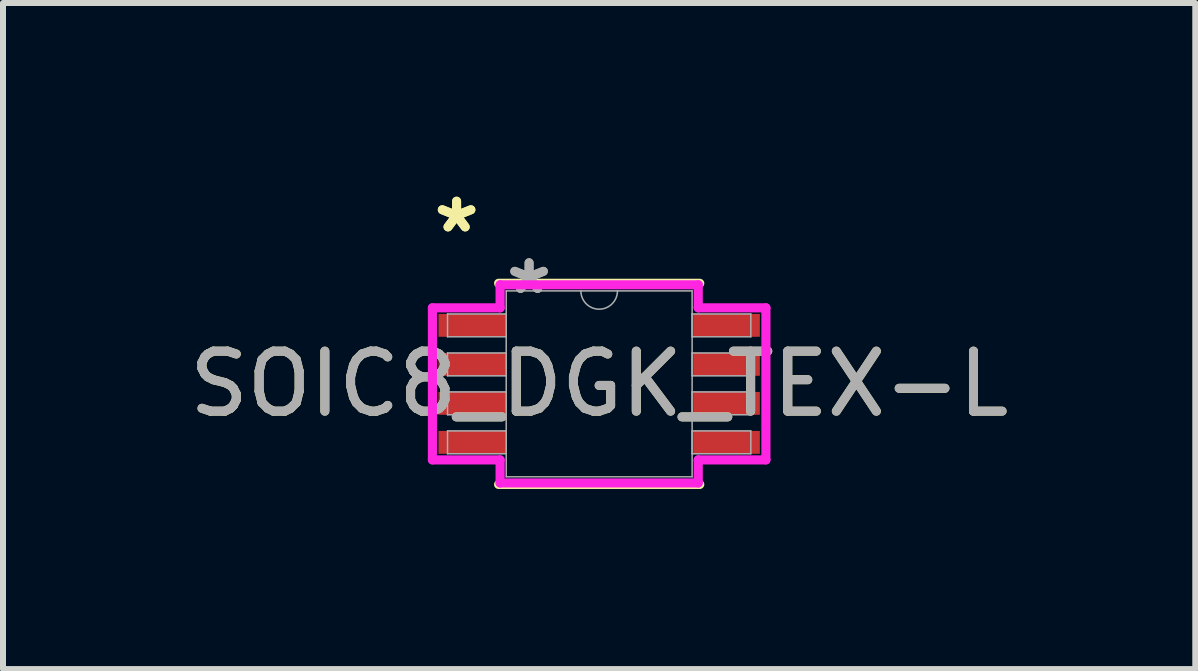
<source format=kicad_pcb>
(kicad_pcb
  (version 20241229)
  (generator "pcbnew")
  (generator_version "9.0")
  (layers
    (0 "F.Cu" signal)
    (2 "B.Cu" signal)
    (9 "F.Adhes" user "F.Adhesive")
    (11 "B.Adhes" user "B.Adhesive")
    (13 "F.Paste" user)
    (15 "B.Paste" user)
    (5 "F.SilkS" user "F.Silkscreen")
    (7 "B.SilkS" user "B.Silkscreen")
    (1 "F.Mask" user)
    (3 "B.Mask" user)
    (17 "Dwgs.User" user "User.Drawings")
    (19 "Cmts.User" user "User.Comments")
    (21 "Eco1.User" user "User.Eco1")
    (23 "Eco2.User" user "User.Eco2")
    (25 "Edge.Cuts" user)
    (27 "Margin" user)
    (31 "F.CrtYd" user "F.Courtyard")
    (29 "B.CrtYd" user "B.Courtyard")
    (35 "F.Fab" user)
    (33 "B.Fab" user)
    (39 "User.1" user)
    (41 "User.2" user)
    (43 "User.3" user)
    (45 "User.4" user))
  (footprint "SOIC8_DGK_TEX-L"
    (layer "F.Cu")
    (at 6.935 3.347)
    (property "Reference" "SOIC8_DGK_TEX-L" (at 0 0 0) (unlocked yes) (layer "F.SilkS") (effects (font (size 1 1) (thickness 0.15))))
    (attr smd)
    (fp_line (start -1.676 1.676) (end 1.676 1.676) (stroke (width 0.152) (type solid)) (layer "F.SilkS"))
    (fp_line (start 1.676 -1.676) (end -1.676 -1.676) (stroke (width 0.152) (type solid)) (layer "F.SilkS"))
    (fp_line (start -2.779 -1.267) (end -1.651 -1.267) (stroke (width 0.152) (type solid)) (layer "F.CrtYd"))
    (fp_line (start -2.779 1.267) (end -2.779 -1.267) (stroke (width 0.152) (type solid)) (layer "F.CrtYd"))
    (fp_line (start -2.779 1.267) (end -1.651 1.267) (stroke (width 0.152) (type solid)) (layer "F.CrtYd"))
    (fp_line (start -1.651 -1.651) (end 1.651 -1.651) (stroke (width 0.152) (type solid)) (layer "F.CrtYd"))
    (fp_line (start -1.651 -1.267) (end -1.651 -1.651) (stroke (width 0.152) (type solid)) (layer "F.CrtYd"))
    (fp_line (start -1.651 1.651) (end -1.651 1.267) (stroke (width 0.152) (type solid)) (layer "F.CrtYd"))
    (fp_line (start 1.651 -1.651) (end 1.651 -1.267) (stroke (width 0.152) (type solid)) (layer "F.CrtYd"))
    (fp_line (start 1.651 1.267) (end 1.651 1.651) (stroke (width 0.152) (type solid)) (layer "F.CrtYd"))
    (fp_line (start 1.651 1.651) (end -1.651 1.651) (stroke (width 0.152) (type solid)) (layer "F.CrtYd"))
    (fp_line (start 2.779 -1.267) (end 1.651 -1.267) (stroke (width 0.152) (type solid)) (layer "F.CrtYd"))
    (fp_line (start 2.779 -1.267) (end 2.779 1.267) (stroke (width 0.152) (type solid)) (layer "F.CrtYd"))
    (fp_line (start 2.779 1.267) (end 1.651 1.267) (stroke (width 0.152) (type solid)) (layer "F.CrtYd"))
    (fp_line (start -2.527 -1.165) (end -2.527 -0.784) (stroke (width 0.025) (type solid)) (layer "F.Fab"))
    (fp_line (start -2.527 -0.784) (end -1.549 -0.784) (stroke (width 0.025) (type solid)) (layer "F.Fab"))
    (fp_line (start -2.527 -0.515) (end -2.527 -0.134) (stroke (width 0.025) (type solid)) (layer "F.Fab"))
    (fp_line (start -2.527 -0.134) (end -1.549 -0.134) (stroke (width 0.025) (type solid)) (layer "F.Fab"))
    (fp_line (start -2.527 0.134) (end -2.527 0.515) (stroke (width 0.025) (type solid)) (layer "F.Fab"))
    (fp_line (start -2.527 0.515) (end -1.549 0.515) (stroke (width 0.025) (type solid)) (layer "F.Fab"))
    (fp_line (start -2.527 0.784) (end -2.527 1.165) (stroke (width 0.025) (type solid)) (layer "F.Fab"))
    (fp_line (start -2.527 1.165) (end -1.549 1.165) (stroke (width 0.025) (type solid)) (layer "F.Fab"))
    (fp_line (start -1.549 -1.549) (end -1.549 1.549) (stroke (width 0.025) (type solid)) (layer "F.Fab"))
    (fp_line (start -1.549 -1.165) (end -2.527 -1.165) (stroke (width 0.025) (type solid)) (layer "F.Fab"))
    (fp_line (start -1.549 -0.784) (end -1.549 -1.165) (stroke (width 0.025) (type solid)) (layer "F.Fab"))
    (fp_line (start -1.549 -0.515) (end -2.527 -0.515) (stroke (width 0.025) (type solid)) (layer "F.Fab"))
    (fp_line (start -1.549 -0.134) (end -1.549 -0.515) (stroke (width 0.025) (type solid)) (layer "F.Fab"))
    (fp_line (start -1.549 0.134) (end -2.527 0.134) (stroke (width 0.025) (type solid)) (layer "F.Fab"))
    (fp_line (start -1.549 0.515) (end -1.549 0.134) (stroke (width 0.025) (type solid)) (layer "F.Fab"))
    (fp_line (start -1.549 0.784) (end -2.527 0.784) (stroke (width 0.025) (type solid)) (layer "F.Fab"))
    (fp_line (start -1.549 1.165) (end -1.549 0.784) (stroke (width 0.025) (type solid)) (layer "F.Fab"))
    (fp_line (start -1.549 1.549) (end 1.549 1.549) (stroke (width 0.025) (type solid)) (layer "F.Fab"))
    (fp_line (start 1.549 -1.549) (end -1.549 -1.549) (stroke (width 0.025) (type solid)) (layer "F.Fab"))
    (fp_line (start 1.549 -1.165) (end 1.549 -0.784) (stroke (width 0.025) (type solid)) (layer "F.Fab"))
    (fp_line (start 1.549 -0.784) (end 2.527 -0.784) (stroke (width 0.025) (type solid)) (layer "F.Fab"))
    (fp_line (start 1.549 -0.515) (end 1.549 -0.134) (stroke (width 0.025) (type solid)) (layer "F.Fab"))
    (fp_line (start 1.549 -0.134) (end 2.527 -0.134) (stroke (width 0.025) (type solid)) (layer "F.Fab"))
    (fp_line (start 1.549 0.134) (end 1.549 0.515) (stroke (width 0.025) (type solid)) (layer "F.Fab"))
    (fp_line (start 1.549 0.515) (end 2.527 0.515) (stroke (width 0.025) (type solid)) (layer "F.Fab"))
    (fp_line (start 1.549 0.784) (end 1.549 1.165) (stroke (width 0.025) (type solid)) (layer "F.Fab"))
    (fp_line (start 1.549 1.165) (end 2.527 1.165) (stroke (width 0.025) (type solid)) (layer "F.Fab"))
    (fp_line (start 1.549 1.549) (end 1.549 -1.549) (stroke (width 0.025) (type solid)) (layer "F.Fab"))
    (fp_line (start 2.527 -1.165) (end 1.549 -1.165) (stroke (width 0.025) (type solid)) (layer "F.Fab"))
    (fp_line (start 2.527 -0.784) (end 2.527 -1.165) (stroke (width 0.025) (type solid)) (layer "F.Fab"))
    (fp_line (start 2.527 -0.515) (end 1.549 -0.515) (stroke (width 0.025) (type solid)) (layer "F.Fab"))
    (fp_line (start 2.527 -0.134) (end 2.527 -0.515) (stroke (width 0.025) (type solid)) (layer "F.Fab"))
    (fp_line (start 2.527 0.134) (end 1.549 0.134) (stroke (width 0.025) (type solid)) (layer "F.Fab"))
    (fp_line (start 2.527 0.515) (end 2.527 0.134) (stroke (width 0.025) (type solid)) (layer "F.Fab"))
    (fp_line (start 2.527 0.784) (end 1.549 0.784) (stroke (width 0.025) (type solid)) (layer "F.Fab"))
    (fp_line (start 2.527 1.165) (end 2.527 0.784) (stroke (width 0.025) (type solid)) (layer "F.Fab"))
    (fp_arc (start 0.3048 -1.5494) (mid 0 -1.2446) (end -0.3048 -1.5494) (stroke (width 0.0254) (type solid)) (layer "F.Fab"))
    (fp_text user "*" (at -2.376 -2.499 0) (layer "F.SilkS") (effects (font (size 1 1) (thickness 0.15))))
    (fp_text user "*" (at -2.376 -2.499 0) (unlocked yes) (layer "F.SilkS") (effects (font (size 1 1) (thickness 0.15))))
    (fp_text user "*" (at -1.168 -1.473 0) (layer "F.Fab") (effects (font (size 1 1) (thickness 0.15))))
    (fp_text user "*" (at -1.168 -1.473 0) (unlocked yes) (layer "F.Fab") (effects (font (size 1 1) (thickness 0.15))))
    (fp_text user "${REFERENCE}" (at 0 0 0) (unlocked yes) (layer "F.Fab") (effects (font (size 1 1) (thickness 0.15))))
    (pad "1" smd rect (at -2.122 -0.975) (size 1.111 0.381) (layers "F.Cu" "F.Mask" "F.Paste"))
    (pad "2" smd rect (at -2.122 -0.325) (size 1.111 0.381) (layers "F.Cu" "F.Mask" "F.Paste"))
    (pad "3" smd rect (at -2.122 0.325) (size 1.111 0.381) (layers "F.Cu" "F.Mask" "F.Paste"))
    (pad "4" smd rect (at -2.122 0.975) (size 1.111 0.381) (layers "F.Cu" "F.Mask" "F.Paste"))
    (pad "5" smd rect (at 2.122 0.975) (size 1.111 0.381) (layers "F.Cu" "F.Mask" "F.Paste"))
    (pad "6" smd rect (at 2.122 0.325) (size 1.111 0.381) (layers "F.Cu" "F.Mask" "F.Paste"))
    (pad "7" smd rect (at 2.122 -0.325) (size 1.111 0.381) (layers "F.Cu" "F.Mask" "F.Paste"))
    (pad "8" smd rect (at 2.122 -0.975) (size 1.111 0.381) (layers "F.Cu" "F.Mask" "F.Paste")))
  (gr_rect
    (start -3 -3)
    (end 16.869 8.1)
    (stroke (width 0.1) (type default))
    (fill no)
    (layer "Edge.Cuts")))
</source>
